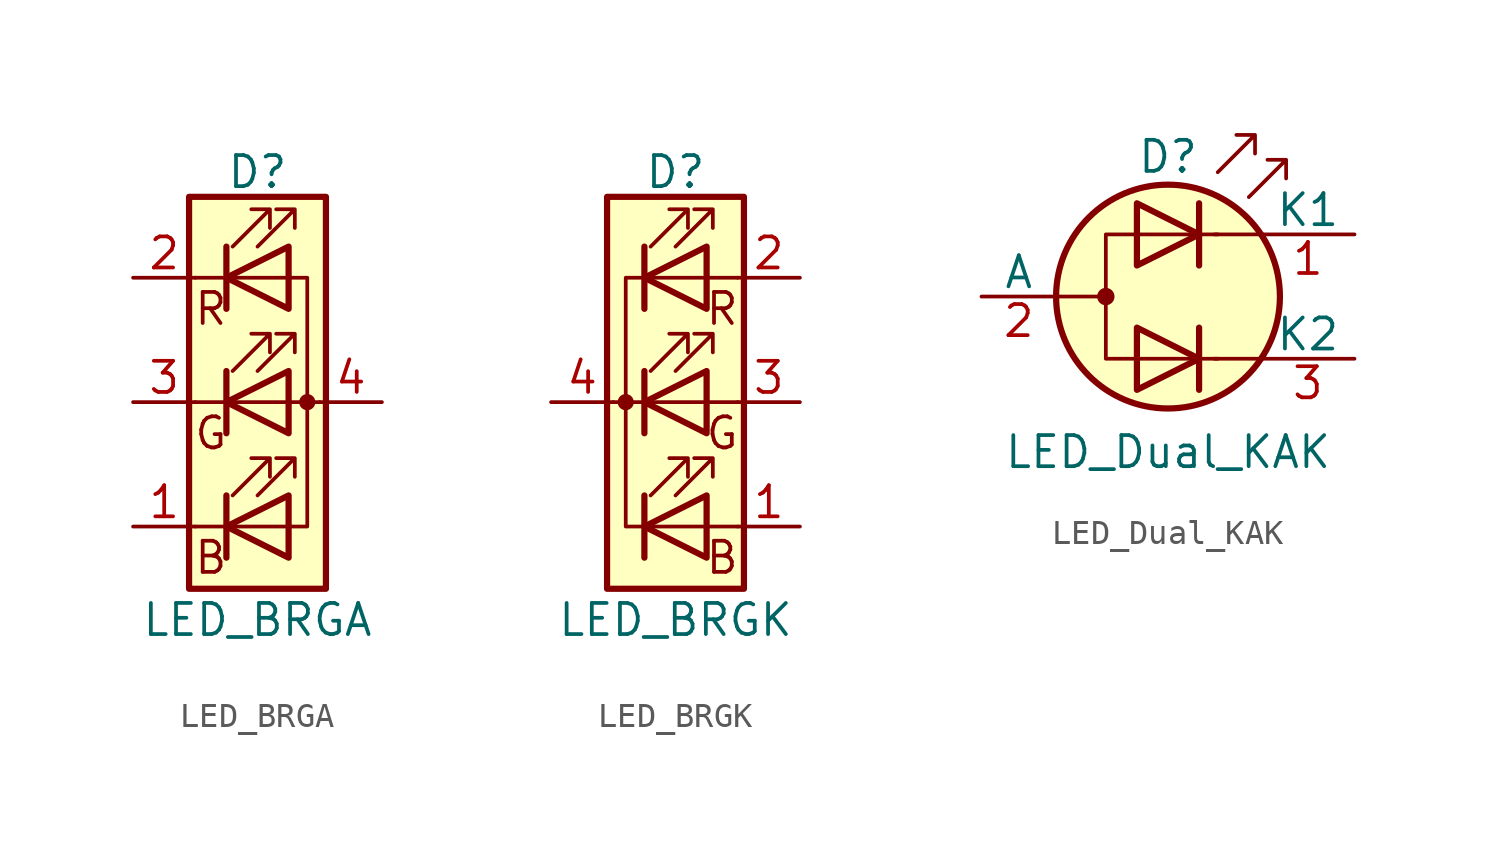
<source format=kicad_sym>
(kicad_symbol_lib
  (version 20220914)
  (generator kicad_symbol_editor)
  (symbol "LED_BRGA"
    (pin_names
      (offset 0) hide)
    (property "Reference" "D"
      (at 0 9.398 0)
      (effects (font (size 1.27 1.27))))
    (property "Value" "LED_BRGA"
      (at 0 -8.89 0)
      (effects (font (size 1.27 1.27))))
    (symbol "LED_BRGA_0_0"
      (text "B" (at -1.905 -6.35 0) (effects (font (size 1.27 1.27))))
      (text "G" (at -1.905 -1.27 0) (effects (font (size 1.27 1.27))))
      (text "R" (at -1.905 3.81 0) (effects (font (size 1.27 1.27)))))
    (symbol "LED_BRGA_0_1"
      (polyline (pts (xy -1.27 -5.08) (xy -2.54 -5.08)) (stroke (width 0) (type default)) (fill (type none)))
      (polyline (pts (xy -1.27 -5.08) (xy 1.27 -5.08)) (stroke (width 0) (type default)) (fill (type none)))
      (polyline (pts (xy -1.27 -3.81) (xy -1.27 -6.35)) (stroke (width 0.254) (type default)) (fill (type none)))
      (polyline (pts (xy -1.27 0) (xy -2.54 0)) (stroke (width 0) (type default)) (fill (type none)))
      (polyline (pts (xy -1.27 1.27) (xy -1.27 -1.27)) (stroke (width 0.254) (type default)) (fill (type none)))
      (polyline (pts (xy -1.27 5.08) (xy -2.54 5.08)) (stroke (width 0) (type default)) (fill (type none)))
      (polyline (pts (xy -1.27 5.08) (xy 1.27 5.08)) (stroke (width 0) (type default)) (fill (type none)))
      (polyline (pts (xy -1.27 6.35) (xy -1.27 3.81)) (stroke (width 0.254) (type default)) (fill (type none)))
      (polyline (pts (xy 1.27 0) (xy -1.27 0)) (stroke (width 0) (type default)) (fill (type none)))
      (polyline (pts (xy 1.27 0) (xy 2.54 0)) (stroke (width 0) (type default)) (fill (type none)))
      (polyline (pts (xy -1.27 1.27) (xy -1.27 -1.27) (xy -1.27 -1.27)) (stroke (width 0) (type default)) (fill (type none)))
      (polyline (pts (xy -1.27 6.35) (xy -1.27 3.81) (xy -1.27 3.81)) (stroke (width 0) (type default)) (fill (type none)))
      (polyline (pts (xy 1.27 -5.08) (xy 2.032 -5.08) (xy 2.032 5.08) (xy 1.27 5.08)) (stroke (width 0) (type default)) (fill (type none)))
      (polyline (pts (xy 1.27 -3.81) (xy 1.27 -6.35) (xy -1.27 -5.08) (xy 1.27 -3.81)) (stroke (width 0.254) (type default)) (fill (type none)))
      (polyline (pts (xy 1.27 1.27) (xy 1.27 -1.27) (xy -1.27 0) (xy 1.27 1.27)) (stroke (width 0.254) (type default)) (fill (type none)))
      (polyline (pts (xy 1.27 6.35) (xy 1.27 3.81) (xy -1.27 5.08) (xy 1.27 6.35)) (stroke (width 0.254) (type default)) (fill (type none)))
      (polyline (pts (xy -1.016 -3.81) (xy 0.508 -2.286) (xy -0.254 -2.286) (xy 0.508 -2.286) (xy 0.508 -3.048)) (stroke (width 0) (type default)) (fill (type none)))
      (polyline (pts (xy -1.016 1.27) (xy 0.508 2.794) (xy -0.254 2.794) (xy 0.508 2.794) (xy 0.508 2.032)) (stroke (width 0) (type default)) (fill (type none)))
      (polyline (pts (xy -1.016 6.35) (xy 0.508 7.874) (xy -0.254 7.874) (xy 0.508 7.874) (xy 0.508 7.112)) (stroke (width 0) (type default)) (fill (type none)))
      (polyline (pts (xy 0 -3.81) (xy 1.524 -2.286) (xy 0.762 -2.286) (xy 1.524 -2.286) (xy 1.524 -3.048)) (stroke (width 0) (type default)) (fill (type none)))
      (polyline (pts (xy 0 1.27) (xy 1.524 2.794) (xy 0.762 2.794) (xy 1.524 2.794) (xy 1.524 2.032)) (stroke (width 0) (type default)) (fill (type none)))
      (polyline (pts (xy 0 6.35) (xy 1.524 7.874) (xy 0.762 7.874) (xy 1.524 7.874) (xy 1.524 7.112)) (stroke (width 0) (type default)) (fill (type none)))
      (rectangle (start 1.27 -1.27) (end 1.27 1.27) (stroke (width 0) (type default)) (fill (type none)))
      (rectangle (start 1.27 1.27) (end 1.27 1.27) (stroke (width 0) (type default)) (fill (type none)))
      (rectangle (start 1.27 3.81) (end 1.27 6.35) (stroke (width 0) (type default)) (fill (type none)))
      (rectangle (start 1.27 6.35) (end 1.27 6.35) (stroke (width 0) (type default)) (fill (type none)))
      (circle (center 2.032 0) (radius 0.254) (stroke (width 0) (type default)) (fill (type outline)))
      (rectangle (start 2.794 8.382) (end -2.794 -7.62) (stroke (width 0.254) (type default)) (fill (type background))))
    (symbol "LED_BRGA_1_1"
      (pin passive line (at -5.08 -5.08 0) (length 2.54) (name "BK" (effects (font (size 1.27 1.27)))) (number "1" (effects (font (size 1.27 1.27)))))
      (pin passive line (at -5.08 5.08 0) (length 2.54) (name "RK" (effects (font (size 1.27 1.27)))) (number "2" (effects (font (size 1.27 1.27)))))
      (pin passive line (at -5.08 0 0) (length 2.54) (name "GK" (effects (font (size 1.27 1.27)))) (number "3" (effects (font (size 1.27 1.27)))))
      (pin passive line (at 5.08 0 180) (length 2.54) (name "A" (effects (font (size 1.27 1.27)))) (number "4" (effects (font (size 1.27 1.27)))))))
  (symbol "LED_BRGK"
    (pin_names
      (offset 0) hide)
    (property "Reference" "D"
      (at 0 9.398 0)
      (effects (font (size 1.27 1.27))))
    (property "Value" "LED_BRGK"
      (at 0 -8.89 0)
      (effects (font (size 1.27 1.27))))
    (symbol "LED_BRGK_0_0"
      (text "B" (at 1.905 -6.35 0) (effects (font (size 1.27 1.27))))
      (text "G" (at 1.905 -1.27 0) (effects (font (size 1.27 1.27))))
      (text "R" (at 1.905 3.81 0) (effects (font (size 1.27 1.27)))))
    (symbol "LED_BRGK_0_1"
      (circle (center -2.032 0) (radius 0.254) (stroke (width 0) (type default)) (fill (type outline)))
      (polyline (pts (xy -1.27 -5.08) (xy 1.27 -5.08)) (stroke (width 0) (type default)) (fill (type none)))
      (polyline (pts (xy -1.27 -3.81) (xy -1.27 -6.35)) (stroke (width 0.254) (type default)) (fill (type none)))
      (polyline (pts (xy -1.27 0) (xy -2.54 0)) (stroke (width 0) (type default)) (fill (type none)))
      (polyline (pts (xy -1.27 1.27) (xy -1.27 -1.27)) (stroke (width 0.254) (type default)) (fill (type none)))
      (polyline (pts (xy -1.27 5.08) (xy 1.27 5.08)) (stroke (width 0) (type default)) (fill (type none)))
      (polyline (pts (xy -1.27 6.35) (xy -1.27 3.81)) (stroke (width 0.254) (type default)) (fill (type none)))
      (polyline (pts (xy 1.27 -5.08) (xy 2.54 -5.08)) (stroke (width 0) (type default)) (fill (type none)))
      (polyline (pts (xy 1.27 0) (xy -1.27 0)) (stroke (width 0) (type default)) (fill (type none)))
      (polyline (pts (xy 1.27 0) (xy 2.54 0)) (stroke (width 0) (type default)) (fill (type none)))
      (polyline (pts (xy 1.27 5.08) (xy 2.54 5.08)) (stroke (width 0) (type default)) (fill (type none)))
      (polyline (pts (xy -1.27 1.27) (xy -1.27 -1.27) (xy -1.27 -1.27)) (stroke (width 0) (type default)) (fill (type none)))
      (polyline (pts (xy -1.27 6.35) (xy -1.27 3.81) (xy -1.27 3.81)) (stroke (width 0) (type default)) (fill (type none)))
      (polyline (pts (xy -1.27 5.08) (xy -2.032 5.08) (xy -2.032 -5.08) (xy -1.016 -5.08)) (stroke (width 0) (type default)) (fill (type none)))
      (polyline (pts (xy 1.27 -3.81) (xy 1.27 -6.35) (xy -1.27 -5.08) (xy 1.27 -3.81)) (stroke (width 0.254) (type default)) (fill (type none)))
      (polyline (pts (xy 1.27 1.27) (xy 1.27 -1.27) (xy -1.27 0) (xy 1.27 1.27)) (stroke (width 0.254) (type default)) (fill (type none)))
      (polyline (pts (xy 1.27 6.35) (xy 1.27 3.81) (xy -1.27 5.08) (xy 1.27 6.35)) (stroke (width 0.254) (type default)) (fill (type none)))
      (polyline (pts (xy -1.016 -3.81) (xy 0.508 -2.286) (xy -0.254 -2.286) (xy 0.508 -2.286) (xy 0.508 -3.048)) (stroke (width 0) (type default)) (fill (type none)))
      (polyline (pts (xy -1.016 1.27) (xy 0.508 2.794) (xy -0.254 2.794) (xy 0.508 2.794) (xy 0.508 2.032)) (stroke (width 0) (type default)) (fill (type none)))
      (polyline (pts (xy -1.016 6.35) (xy 0.508 7.874) (xy -0.254 7.874) (xy 0.508 7.874) (xy 0.508 7.112)) (stroke (width 0) (type default)) (fill (type none)))
      (polyline (pts (xy 0 -3.81) (xy 1.524 -2.286) (xy 0.762 -2.286) (xy 1.524 -2.286) (xy 1.524 -3.048)) (stroke (width 0) (type default)) (fill (type none)))
      (polyline (pts (xy 0 1.27) (xy 1.524 2.794) (xy 0.762 2.794) (xy 1.524 2.794) (xy 1.524 2.032)) (stroke (width 0) (type default)) (fill (type none)))
      (polyline (pts (xy 0 6.35) (xy 1.524 7.874) (xy 0.762 7.874) (xy 1.524 7.874) (xy 1.524 7.112)) (stroke (width 0) (type default)) (fill (type none)))
      (rectangle (start 1.27 -1.27) (end 1.27 1.27) (stroke (width 0) (type default)) (fill (type none)))
      (rectangle (start 1.27 1.27) (end 1.27 1.27) (stroke (width 0) (type default)) (fill (type none)))
      (rectangle (start 1.27 3.81) (end 1.27 6.35) (stroke (width 0) (type default)) (fill (type none)))
      (rectangle (start 1.27 6.35) (end 1.27 6.35) (stroke (width 0) (type default)) (fill (type none)))
      (rectangle (start 2.794 8.382) (end -2.794 -7.62) (stroke (width 0.254) (type default)) (fill (type background))))
    (symbol "LED_BRGK_1_1"
      (pin passive line (at 5.08 -5.08 180) (length 2.54) (name "BA" (effects (font (size 1.27 1.27)))) (number "1" (effects (font (size 1.27 1.27)))))
      (pin passive line (at 5.08 5.08 180) (length 2.54) (name "RA" (effects (font (size 1.27 1.27)))) (number "2" (effects (font (size 1.27 1.27)))))
      (pin passive line (at 5.08 0 180) (length 2.54) (name "GA" (effects (font (size 1.27 1.27)))) (number "3" (effects (font (size 1.27 1.27)))))
      (pin passive line (at -5.08 0 0) (length 2.54) (name "K" (effects (font (size 1.27 1.27)))) (number "4" (effects (font (size 1.27 1.27)))))))
  (symbol "LED_Dual_KAK"
    (pin_names
      (offset 0))
    (property "Reference" "D"
      (at 0 5.715 0)
      (effects (font (size 1.27 1.27))))
    (property "Value" "LED_Dual_KAK"
      (at 0 -6.35 0)
      (effects (font (size 1.27 1.27))))
    (symbol "LED_Dual_KAK_0_1"
      (circle (center -2.54 0) (radius 0.279) (stroke (width 0) (type default)) (fill (type outline)))
      (polyline (pts (xy -4.572 0) (xy -2.54 0)) (stroke (width 0) (type default)) (fill (type none)))
      (polyline (pts (xy 1.27 -1.27) (xy 1.27 -3.81)) (stroke (width 0.254) (type default)) (fill (type none)))
      (polyline (pts (xy 1.27 3.81) (xy 1.27 1.27)) (stroke (width 0.254) (type default)) (fill (type none)))
      (polyline (pts (xy 3.81 -2.54) (xy 1.905 -2.54)) (stroke (width 0) (type default)) (fill (type none)))
      (polyline (pts (xy 3.81 2.54) (xy 1.905 2.54)) (stroke (width 0) (type default)) (fill (type none)))
      (polyline (pts (xy -1.27 -1.27) (xy -1.27 -3.81) (xy 1.27 -2.54) (xy -1.27 -1.27)) (stroke (width 0.254) (type default)) (fill (type none)))
      (polyline (pts (xy -1.27 3.81) (xy -1.27 1.27) (xy 1.27 2.54) (xy -1.27 3.81)) (stroke (width 0.254) (type default)) (fill (type none)))
      (polyline (pts (xy 2.032 2.54) (xy -2.54 2.54) (xy -2.54 -2.54) (xy 2.032 -2.54)) (stroke (width 0) (type default)) (fill (type none)))
      (polyline (pts (xy 2.032 5.08) (xy 3.556 6.604) (xy 2.794 6.604) (xy 3.556 6.604) (xy 3.556 5.842)) (stroke (width 0) (type default)) (fill (type none)))
      (polyline (pts (xy 3.302 4.064) (xy 4.826 5.588) (xy 4.064 5.588) (xy 4.826 5.588) (xy 4.826 4.826)) (stroke (width 0) (type default)) (fill (type none)))
      (circle (center 0 0) (radius 4.572) (stroke (width 0.254) (type default)) (fill (type background))))
    (symbol "LED_Dual_KAK_1_1"
      (pin input line (at 7.62 2.54 180) (length 3.81) (name "K1" (effects (font (size 1.27 1.27)))) (number "1" (effects (font (size 1.27 1.27)))))
      (pin input line (at -7.62 0 0) (length 3.048) (name "A" (effects (font (size 1.27 1.27)))) (number "2" (effects (font (size 1.27 1.27)))))
      (pin input line (at 7.62 -2.54 180) (length 3.81) (name "K2" (effects (font (size 1.27 1.27)))) (number "3" (effects (font (size 1.27 1.27))))))))
</source>
